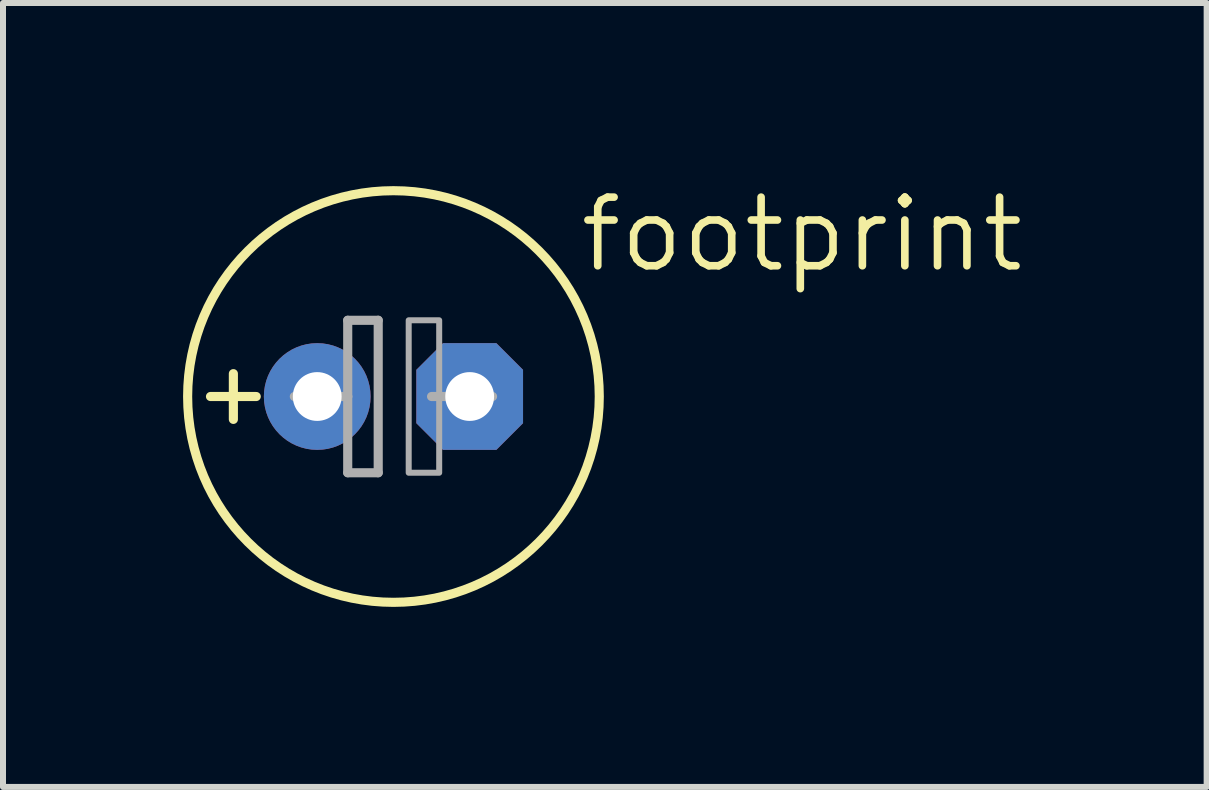
<source format=kicad_pcb>
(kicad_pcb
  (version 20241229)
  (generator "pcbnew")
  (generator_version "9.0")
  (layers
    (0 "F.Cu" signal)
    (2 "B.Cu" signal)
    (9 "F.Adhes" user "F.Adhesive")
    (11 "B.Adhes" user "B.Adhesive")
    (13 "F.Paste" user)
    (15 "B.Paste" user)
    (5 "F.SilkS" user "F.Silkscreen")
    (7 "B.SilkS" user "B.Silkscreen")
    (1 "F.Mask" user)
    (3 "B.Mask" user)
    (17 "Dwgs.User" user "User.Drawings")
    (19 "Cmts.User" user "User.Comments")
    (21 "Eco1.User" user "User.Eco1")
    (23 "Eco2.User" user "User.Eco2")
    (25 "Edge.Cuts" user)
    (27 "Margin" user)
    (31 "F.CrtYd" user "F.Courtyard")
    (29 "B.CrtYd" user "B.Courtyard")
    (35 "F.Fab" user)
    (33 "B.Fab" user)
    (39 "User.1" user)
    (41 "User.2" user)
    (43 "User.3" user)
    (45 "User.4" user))
  (footprint "footprint"
    (layer "F.Cu")
    (at 3.505 3.556)
    (property "Reference" "footprint" (at 3.048 -2.032 0) (layer "F.SilkS") (effects (font (size 1.143 1.143) (thickness 0.127)) (justify left bottom)))
    (fp_line (start -3.048 0) (end -2.286 0) (stroke (width 0.152) (type solid)) (layer "F.SilkS"))
    (fp_line (start -2.667 0.381) (end -2.667 -0.381) (stroke (width 0.152) (type solid)) (layer "F.SilkS"))
    (fp_circle (center 0 0) (end 3.429 0) (stroke (width 0.152) (type solid)) (fill no) (layer "F.SilkS"))
    (fp_line (start -1.651 0) (end -0.762 0) (stroke (width 0.152) (type solid)) (layer "F.Fab"))
    (fp_line (start -0.762 -1.27) (end -0.762 0) (stroke (width 0.152) (type solid)) (layer "F.Fab"))
    (fp_line (start -0.762 0) (end -0.762 1.27) (stroke (width 0.152) (type solid)) (layer "F.Fab"))
    (fp_line (start -0.762 1.27) (end -0.254 1.27) (stroke (width 0.152) (type solid)) (layer "F.Fab"))
    (fp_line (start -0.254 -1.27) (end -0.762 -1.27) (stroke (width 0.152) (type solid)) (layer "F.Fab"))
    (fp_line (start -0.254 1.27) (end -0.254 -1.27) (stroke (width 0.152) (type solid)) (layer "F.Fab"))
    (fp_line (start 0.635 0) (end 1.651 0) (stroke (width 0.152) (type solid)) (layer "F.Fab"))
    (fp_poly (pts (xy 0.254 1.27) (xy 0.762 1.27) (xy 0.762 -1.27) (xy 0.254 -1.27)) (stroke (width 0.1) (type solid)) (fill no) (layer "F.Fab"))
    (pad "+" thru_hole circle (at -1.27 0) (size 1.778 1.778) (drill 0.813) (layers "*.Cu" "*.Mask"))
    (pad "-" thru_hole roundrect (at 1.27 0) (size 1.778 1.778) (drill 0.813) (layers "*.Cu" "*.Mask") (roundrect_rratio 0.25) (chamfer_ratio 0.25) (chamfer top_left top_right bottom_left bottom_right)))
  (gr_rect
    (start -3 -3)
    (end 17.053 10.061)
    (stroke (width 0.1) (type default))
    (fill no)
    (layer "Edge.Cuts")))
</source>
